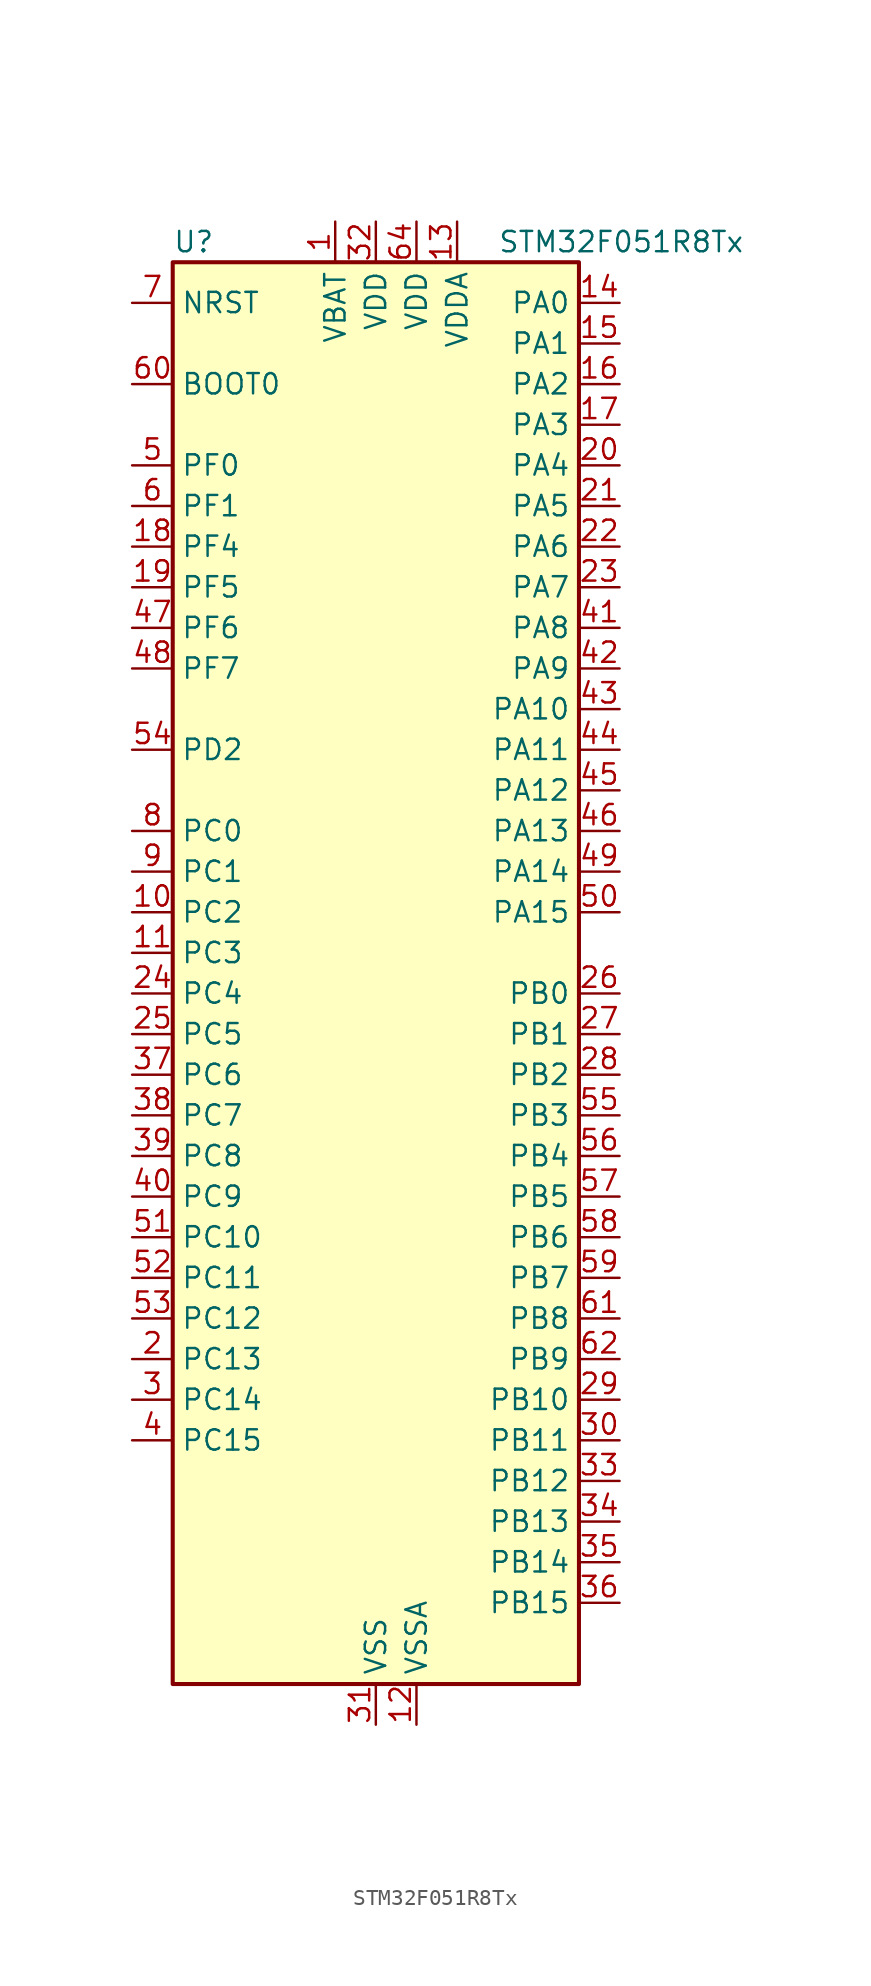
<source format=kicad_sym>
(kicad_symbol_lib
  (version 20220914)
  (generator kicad_symbol_editor)
  (symbol "STM32F051R8Tx"
    (property "Reference" "U"
      (at -12.7 46.99 0)
      (effects (font (size 1.27 1.27)) (justify left)))
    (property "Value" "STM32F051R8Tx"
      (at 7.62 46.99 0)
      (effects (font (size 1.27 1.27)) (justify left)))
    (property "ki_locked" ""
      (at 0 0 0)
      (effects (font (size 1.27 1.27))))
    (symbol "STM32F051R8Tx_0_1"
      (rectangle (start -12.7 -43.18) (end 12.7 45.72) (stroke (width 0.254) (type default)) (fill (type background))))
    (symbol "STM32F051R8Tx_1_1"
      (pin power_in line (at -2.54 48.26 270) (length 2.54) (name "VBAT" (effects (font (size 1.27 1.27)))) (number "1" (effects (font (size 1.27 1.27)))))
      (pin bidirectional line (at -15.24 5.08 0) (length 2.54) (name "PC2" (effects (font (size 1.27 1.27)))) (number "10" (effects (font (size 1.27 1.27)))) (alternate "ADC_IN12" bidirectional line))
      (pin bidirectional line (at -15.24 2.54 0) (length 2.54) (name "PC3" (effects (font (size 1.27 1.27)))) (number "11" (effects (font (size 1.27 1.27)))) (alternate "ADC_IN13" bidirectional line))
      (pin power_in line (at 2.54 -45.72 90) (length 2.54) (name "VSSA" (effects (font (size 1.27 1.27)))) (number "12" (effects (font (size 1.27 1.27)))))
      (pin power_in line (at 5.08 48.26 270) (length 2.54) (name "VDDA" (effects (font (size 1.27 1.27)))) (number "13" (effects (font (size 1.27 1.27)))))
      (pin bidirectional line (at 15.24 43.18 180) (length 2.54) (name "PA0" (effects (font (size 1.27 1.27)))) (number "14" (effects (font (size 1.27 1.27)))) (alternate "ADC_IN0" bidirectional line) (alternate "COMP1_INM" bidirectional line) (alternate "COMP1_OUT" bidirectional line) (alternate "RTC_TAMP2" bidirectional line) (alternate "SYS_WKUP1" bidirectional line) (alternate "TIM2_CH1" bidirectional line) (alternate "TIM2_ETR" bidirectional line) (alternate "TSC_G1_IO1" bidirectional line) (alternate "USART2_CTS" bidirectional line))
      (pin bidirectional line (at 15.24 40.64 180) (length 2.54) (name "PA1" (effects (font (size 1.27 1.27)))) (number "15" (effects (font (size 1.27 1.27)))) (alternate "ADC_IN1" bidirectional line) (alternate "COMP1_INP" bidirectional line) (alternate "TIM2_CH2" bidirectional line) (alternate "TSC_G1_IO2" bidirectional line) (alternate "USART2_DE" bidirectional line) (alternate "USART2_RTS" bidirectional line))
      (pin bidirectional line (at 15.24 38.1 180) (length 2.54) (name "PA2" (effects (font (size 1.27 1.27)))) (number "16" (effects (font (size 1.27 1.27)))) (alternate "ADC_IN2" bidirectional line) (alternate "COMP2_INM" bidirectional line) (alternate "COMP2_OUT" bidirectional line) (alternate "TIM15_CH1" bidirectional line) (alternate "TIM2_CH3" bidirectional line) (alternate "TSC_G1_IO3" bidirectional line) (alternate "USART2_TX" bidirectional line))
      (pin bidirectional line (at 15.24 35.56 180) (length 2.54) (name "PA3" (effects (font (size 1.27 1.27)))) (number "17" (effects (font (size 1.27 1.27)))) (alternate "ADC_IN3" bidirectional line) (alternate "COMP2_INP" bidirectional line) (alternate "TIM15_CH2" bidirectional line) (alternate "TIM2_CH4" bidirectional line) (alternate "TSC_G1_IO4" bidirectional line) (alternate "USART2_RX" bidirectional line))
      (pin bidirectional line (at -15.24 27.94 0) (length 2.54) (name "PF4" (effects (font (size 1.27 1.27)))) (number "18" (effects (font (size 1.27 1.27)))))
      (pin bidirectional line (at -15.24 25.4 0) (length 2.54) (name "PF5" (effects (font (size 1.27 1.27)))) (number "19" (effects (font (size 1.27 1.27)))))
      (pin bidirectional line (at -15.24 -22.86 0) (length 2.54) (name "PC13" (effects (font (size 1.27 1.27)))) (number "2" (effects (font (size 1.27 1.27)))) (alternate "RTC_OUT_ALARM" bidirectional line) (alternate "RTC_OUT_CALIB" bidirectional line) (alternate "RTC_TAMP1" bidirectional line) (alternate "RTC_TS" bidirectional line) (alternate "SYS_WKUP2" bidirectional line))
      (pin bidirectional line (at 15.24 33.02 180) (length 2.54) (name "PA4" (effects (font (size 1.27 1.27)))) (number "20" (effects (font (size 1.27 1.27)))) (alternate "ADC_IN4" bidirectional line) (alternate "COMP1_INM" bidirectional line) (alternate "COMP2_INM" bidirectional line) (alternate "DAC1_OUT1" bidirectional line) (alternate "I2S1_WS" bidirectional line) (alternate "SPI1_NSS" bidirectional line) (alternate "TIM14_CH1" bidirectional line) (alternate "TSC_G2_IO1" bidirectional line) (alternate "USART2_CK" bidirectional line))
      (pin bidirectional line (at 15.24 30.48 180) (length 2.54) (name "PA5" (effects (font (size 1.27 1.27)))) (number "21" (effects (font (size 1.27 1.27)))) (alternate "ADC_IN5" bidirectional line) (alternate "CEC" bidirectional line) (alternate "COMP1_INM" bidirectional line) (alternate "COMP2_INM" bidirectional line) (alternate "I2S1_CK" bidirectional line) (alternate "SPI1_SCK" bidirectional line) (alternate "TIM2_CH1" bidirectional line) (alternate "TIM2_ETR" bidirectional line) (alternate "TSC_G2_IO2" bidirectional line))
      (pin bidirectional line (at 15.24 27.94 180) (length 2.54) (name "PA6" (effects (font (size 1.27 1.27)))) (number "22" (effects (font (size 1.27 1.27)))) (alternate "ADC_IN6" bidirectional line) (alternate "COMP1_OUT" bidirectional line) (alternate "I2S1_MCK" bidirectional line) (alternate "SPI1_MISO" bidirectional line) (alternate "TIM16_CH1" bidirectional line) (alternate "TIM1_BKIN" bidirectional line) (alternate "TIM3_CH1" bidirectional line) (alternate "TSC_G2_IO3" bidirectional line))
      (pin bidirectional line (at 15.24 25.4 180) (length 2.54) (name "PA7" (effects (font (size 1.27 1.27)))) (number "23" (effects (font (size 1.27 1.27)))) (alternate "ADC_IN7" bidirectional line) (alternate "COMP2_OUT" bidirectional line) (alternate "I2S1_SD" bidirectional line) (alternate "SPI1_MOSI" bidirectional line) (alternate "TIM14_CH1" bidirectional line) (alternate "TIM17_CH1" bidirectional line) (alternate "TIM1_CH1N" bidirectional line) (alternate "TIM3_CH2" bidirectional line) (alternate "TSC_G2_IO4" bidirectional line))
      (pin bidirectional line (at -15.24 0 0) (length 2.54) (name "PC4" (effects (font (size 1.27 1.27)))) (number "24" (effects (font (size 1.27 1.27)))) (alternate "ADC_IN14" bidirectional line))
      (pin bidirectional line (at -15.24 -2.54 0) (length 2.54) (name "PC5" (effects (font (size 1.27 1.27)))) (number "25" (effects (font (size 1.27 1.27)))) (alternate "ADC_IN15" bidirectional line) (alternate "TSC_G3_IO1" bidirectional line))
      (pin bidirectional line (at 15.24 0 180) (length 2.54) (name "PB0" (effects (font (size 1.27 1.27)))) (number "26" (effects (font (size 1.27 1.27)))) (alternate "ADC_IN8" bidirectional line) (alternate "TIM1_CH2N" bidirectional line) (alternate "TIM3_CH3" bidirectional line) (alternate "TSC_G3_IO2" bidirectional line))
      (pin bidirectional line (at 15.24 -2.54 180) (length 2.54) (name "PB1" (effects (font (size 1.27 1.27)))) (number "27" (effects (font (size 1.27 1.27)))) (alternate "ADC_IN9" bidirectional line) (alternate "TIM14_CH1" bidirectional line) (alternate "TIM1_CH3N" bidirectional line) (alternate "TIM3_CH4" bidirectional line) (alternate "TSC_G3_IO3" bidirectional line))
      (pin bidirectional line (at 15.24 -5.08 180) (length 2.54) (name "PB2" (effects (font (size 1.27 1.27)))) (number "28" (effects (font (size 1.27 1.27)))) (alternate "TSC_G3_IO4" bidirectional line))
      (pin bidirectional line (at 15.24 -25.4 180) (length 2.54) (name "PB10" (effects (font (size 1.27 1.27)))) (number "29" (effects (font (size 1.27 1.27)))) (alternate "CEC" bidirectional line) (alternate "I2C2_SCL" bidirectional line) (alternate "TIM2_CH3" bidirectional line) (alternate "TSC_SYNC" bidirectional line))
      (pin bidirectional line (at -15.24 -25.4 0) (length 2.54) (name "PC14" (effects (font (size 1.27 1.27)))) (number "3" (effects (font (size 1.27 1.27)))) (alternate "RCC_OSC32_IN" bidirectional line))
      (pin bidirectional line (at 15.24 -27.94 180) (length 2.54) (name "PB11" (effects (font (size 1.27 1.27)))) (number "30" (effects (font (size 1.27 1.27)))) (alternate "I2C2_SDA" bidirectional line) (alternate "TIM2_CH4" bidirectional line) (alternate "TSC_G6_IO1" bidirectional line))
      (pin power_in line (at 0 -45.72 90) (length 2.54) (name "VSS" (effects (font (size 1.27 1.27)))) (number "31" (effects (font (size 1.27 1.27)))))
      (pin power_in line (at 0 48.26 270) (length 2.54) (name "VDD" (effects (font (size 1.27 1.27)))) (number "32" (effects (font (size 1.27 1.27)))))
      (pin bidirectional line (at 15.24 -30.48 180) (length 2.54) (name "PB12" (effects (font (size 1.27 1.27)))) (number "33" (effects (font (size 1.27 1.27)))) (alternate "SPI2_NSS" bidirectional line) (alternate "TIM1_BKIN" bidirectional line) (alternate "TSC_G6_IO2" bidirectional line))
      (pin bidirectional line (at 15.24 -33.02 180) (length 2.54) (name "PB13" (effects (font (size 1.27 1.27)))) (number "34" (effects (font (size 1.27 1.27)))) (alternate "SPI2_SCK" bidirectional line) (alternate "TIM1_CH1N" bidirectional line) (alternate "TSC_G6_IO3" bidirectional line))
      (pin bidirectional line (at 15.24 -35.56 180) (length 2.54) (name "PB14" (effects (font (size 1.27 1.27)))) (number "35" (effects (font (size 1.27 1.27)))) (alternate "SPI2_MISO" bidirectional line) (alternate "TIM15_CH1" bidirectional line) (alternate "TIM1_CH2N" bidirectional line) (alternate "TSC_G6_IO4" bidirectional line))
      (pin bidirectional line (at 15.24 -38.1 180) (length 2.54) (name "PB15" (effects (font (size 1.27 1.27)))) (number "36" (effects (font (size 1.27 1.27)))) (alternate "RTC_REFIN" bidirectional line) (alternate "SPI2_MOSI" bidirectional line) (alternate "TIM15_CH1N" bidirectional line) (alternate "TIM15_CH2" bidirectional line) (alternate "TIM1_CH3N" bidirectional line))
      (pin bidirectional line (at -15.24 -5.08 0) (length 2.54) (name "PC6" (effects (font (size 1.27 1.27)))) (number "37" (effects (font (size 1.27 1.27)))) (alternate "TIM3_CH1" bidirectional line))
      (pin bidirectional line (at -15.24 -7.62 0) (length 2.54) (name "PC7" (effects (font (size 1.27 1.27)))) (number "38" (effects (font (size 1.27 1.27)))) (alternate "TIM3_CH2" bidirectional line))
      (pin bidirectional line (at -15.24 -10.16 0) (length 2.54) (name "PC8" (effects (font (size 1.27 1.27)))) (number "39" (effects (font (size 1.27 1.27)))) (alternate "TIM3_CH3" bidirectional line))
      (pin bidirectional line (at -15.24 -27.94 0) (length 2.54) (name "PC15" (effects (font (size 1.27 1.27)))) (number "4" (effects (font (size 1.27 1.27)))) (alternate "RCC_OSC32_OUT" bidirectional line))
      (pin bidirectional line (at -15.24 -12.7 0) (length 2.54) (name "PC9" (effects (font (size 1.27 1.27)))) (number "40" (effects (font (size 1.27 1.27)))) (alternate "DAC1_EXTI9" bidirectional line) (alternate "TIM3_CH4" bidirectional line))
      (pin bidirectional line (at 15.24 22.86 180) (length 2.54) (name "PA8" (effects (font (size 1.27 1.27)))) (number "41" (effects (font (size 1.27 1.27)))) (alternate "RCC_MCO" bidirectional line) (alternate "TIM1_CH1" bidirectional line) (alternate "USART1_CK" bidirectional line))
      (pin bidirectional line (at 15.24 20.32 180) (length 2.54) (name "PA9" (effects (font (size 1.27 1.27)))) (number "42" (effects (font (size 1.27 1.27)))) (alternate "DAC1_EXTI9" bidirectional line) (alternate "TIM15_BKIN" bidirectional line) (alternate "TIM1_CH2" bidirectional line) (alternate "TSC_G4_IO1" bidirectional line) (alternate "USART1_TX" bidirectional line))
      (pin bidirectional line (at 15.24 17.78 180) (length 2.54) (name "PA10" (effects (font (size 1.27 1.27)))) (number "43" (effects (font (size 1.27 1.27)))) (alternate "TIM17_BKIN" bidirectional line) (alternate "TIM1_CH3" bidirectional line) (alternate "TSC_G4_IO2" bidirectional line) (alternate "USART1_RX" bidirectional line))
      (pin bidirectional line (at 15.24 15.24 180) (length 2.54) (name "PA11" (effects (font (size 1.27 1.27)))) (number "44" (effects (font (size 1.27 1.27)))) (alternate "COMP1_OUT" bidirectional line) (alternate "TIM1_CH4" bidirectional line) (alternate "TSC_G4_IO3" bidirectional line) (alternate "USART1_CTS" bidirectional line))
      (pin bidirectional line (at 15.24 12.7 180) (length 2.54) (name "PA12" (effects (font (size 1.27 1.27)))) (number "45" (effects (font (size 1.27 1.27)))) (alternate "COMP2_OUT" bidirectional line) (alternate "TIM1_ETR" bidirectional line) (alternate "TSC_G4_IO4" bidirectional line) (alternate "USART1_DE" bidirectional line) (alternate "USART1_RTS" bidirectional line))
      (pin bidirectional line (at 15.24 10.16 180) (length 2.54) (name "PA13" (effects (font (size 1.27 1.27)))) (number "46" (effects (font (size 1.27 1.27)))) (alternate "IR_OUT" bidirectional line) (alternate "SYS_SWDIO" bidirectional line))
      (pin bidirectional line (at -15.24 22.86 0) (length 2.54) (name "PF6" (effects (font (size 1.27 1.27)))) (number "47" (effects (font (size 1.27 1.27)))) (alternate "I2C2_SCL" bidirectional line))
      (pin bidirectional line (at -15.24 20.32 0) (length 2.54) (name "PF7" (effects (font (size 1.27 1.27)))) (number "48" (effects (font (size 1.27 1.27)))) (alternate "I2C2_SDA" bidirectional line))
      (pin bidirectional line (at 15.24 7.62 180) (length 2.54) (name "PA14" (effects (font (size 1.27 1.27)))) (number "49" (effects (font (size 1.27 1.27)))) (alternate "SYS_SWCLK" bidirectional line) (alternate "USART2_TX" bidirectional line))
      (pin bidirectional line (at -15.24 33.02 0) (length 2.54) (name "PF0" (effects (font (size 1.27 1.27)))) (number "5" (effects (font (size 1.27 1.27)))) (alternate "RCC_OSC_IN" bidirectional line))
      (pin bidirectional line (at 15.24 5.08 180) (length 2.54) (name "PA15" (effects (font (size 1.27 1.27)))) (number "50" (effects (font (size 1.27 1.27)))) (alternate "I2S1_WS" bidirectional line) (alternate "SPI1_NSS" bidirectional line) (alternate "TIM2_CH1" bidirectional line) (alternate "TIM2_ETR" bidirectional line) (alternate "USART2_RX" bidirectional line))
      (pin bidirectional line (at -15.24 -15.24 0) (length 2.54) (name "PC10" (effects (font (size 1.27 1.27)))) (number "51" (effects (font (size 1.27 1.27)))))
      (pin bidirectional line (at -15.24 -17.78 0) (length 2.54) (name "PC11" (effects (font (size 1.27 1.27)))) (number "52" (effects (font (size 1.27 1.27)))))
      (pin bidirectional line (at -15.24 -20.32 0) (length 2.54) (name "PC12" (effects (font (size 1.27 1.27)))) (number "53" (effects (font (size 1.27 1.27)))))
      (pin bidirectional line (at -15.24 15.24 0) (length 2.54) (name "PD2" (effects (font (size 1.27 1.27)))) (number "54" (effects (font (size 1.27 1.27)))) (alternate "TIM3_ETR" bidirectional line))
      (pin bidirectional line (at 15.24 -7.62 180) (length 2.54) (name "PB3" (effects (font (size 1.27 1.27)))) (number "55" (effects (font (size 1.27 1.27)))) (alternate "I2S1_CK" bidirectional line) (alternate "SPI1_SCK" bidirectional line) (alternate "TIM2_CH2" bidirectional line) (alternate "TSC_G5_IO1" bidirectional line))
      (pin bidirectional line (at 15.24 -10.16 180) (length 2.54) (name "PB4" (effects (font (size 1.27 1.27)))) (number "56" (effects (font (size 1.27 1.27)))) (alternate "I2S1_MCK" bidirectional line) (alternate "SPI1_MISO" bidirectional line) (alternate "TIM3_CH1" bidirectional line) (alternate "TSC_G5_IO2" bidirectional line))
      (pin bidirectional line (at 15.24 -12.7 180) (length 2.54) (name "PB5" (effects (font (size 1.27 1.27)))) (number "57" (effects (font (size 1.27 1.27)))) (alternate "I2C1_SMBA" bidirectional line) (alternate "I2S1_SD" bidirectional line) (alternate "SPI1_MOSI" bidirectional line) (alternate "TIM16_BKIN" bidirectional line) (alternate "TIM3_CH2" bidirectional line))
      (pin bidirectional line (at 15.24 -15.24 180) (length 2.54) (name "PB6" (effects (font (size 1.27 1.27)))) (number "58" (effects (font (size 1.27 1.27)))) (alternate "I2C1_SCL" bidirectional line) (alternate "TIM16_CH1N" bidirectional line) (alternate "TSC_G5_IO3" bidirectional line) (alternate "USART1_TX" bidirectional line))
      (pin bidirectional line (at 15.24 -17.78 180) (length 2.54) (name "PB7" (effects (font (size 1.27 1.27)))) (number "59" (effects (font (size 1.27 1.27)))) (alternate "I2C1_SDA" bidirectional line) (alternate "TIM17_CH1N" bidirectional line) (alternate "TSC_G5_IO4" bidirectional line) (alternate "USART1_RX" bidirectional line))
      (pin bidirectional line (at -15.24 30.48 0) (length 2.54) (name "PF1" (effects (font (size 1.27 1.27)))) (number "6" (effects (font (size 1.27 1.27)))) (alternate "RCC_OSC_OUT" bidirectional line))
      (pin input line (at -15.24 38.1 0) (length 2.54) (name "BOOT0" (effects (font (size 1.27 1.27)))) (number "60" (effects (font (size 1.27 1.27)))))
      (pin bidirectional line (at 15.24 -20.32 180) (length 2.54) (name "PB8" (effects (font (size 1.27 1.27)))) (number "61" (effects (font (size 1.27 1.27)))) (alternate "CEC" bidirectional line) (alternate "I2C1_SCL" bidirectional line) (alternate "TIM16_CH1" bidirectional line) (alternate "TSC_SYNC" bidirectional line))
      (pin bidirectional line (at 15.24 -22.86 180) (length 2.54) (name "PB9" (effects (font (size 1.27 1.27)))) (number "62" (effects (font (size 1.27 1.27)))) (alternate "DAC1_EXTI9" bidirectional line) (alternate "I2C1_SDA" bidirectional line) (alternate "IR_OUT" bidirectional line) (alternate "TIM17_CH1" bidirectional line))
      (pin passive line (at 0 -45.72 90) (length 2.54) hide (name "VSS" (effects (font (size 1.27 1.27)))) (number "63" (effects (font (size 1.27 1.27)))))
      (pin power_in line (at 2.54 48.26 270) (length 2.54) (name "VDD" (effects (font (size 1.27 1.27)))) (number "64" (effects (font (size 1.27 1.27)))))
      (pin input line (at -15.24 43.18 0) (length 2.54) (name "NRST" (effects (font (size 1.27 1.27)))) (number "7" (effects (font (size 1.27 1.27)))))
      (pin bidirectional line (at -15.24 10.16 0) (length 2.54) (name "PC0" (effects (font (size 1.27 1.27)))) (number "8" (effects (font (size 1.27 1.27)))) (alternate "ADC_IN10" bidirectional line))
      (pin bidirectional line (at -15.24 7.62 0) (length 2.54) (name "PC1" (effects (font (size 1.27 1.27)))) (number "9" (effects (font (size 1.27 1.27)))) (alternate "ADC_IN11" bidirectional line)))))
</source>
